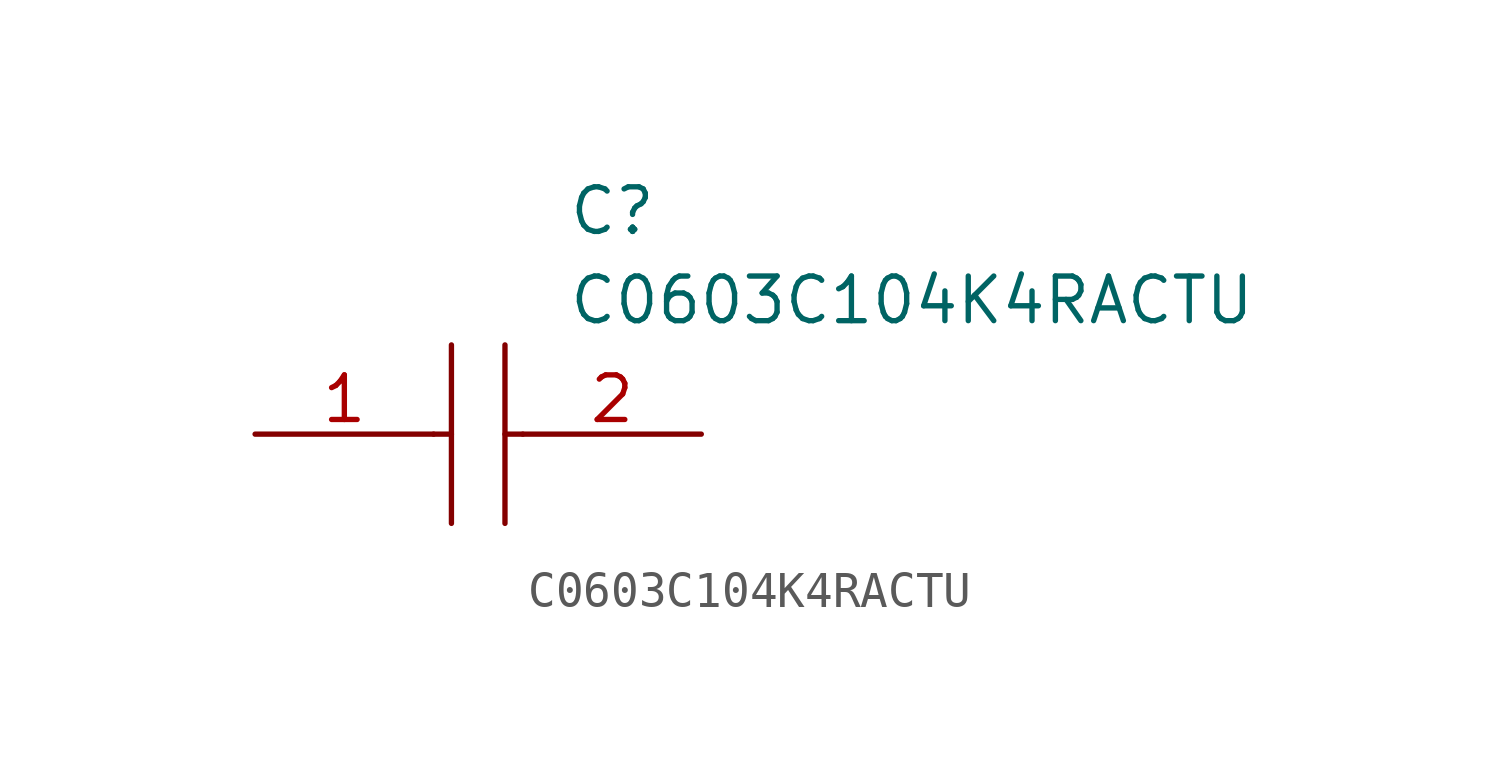
<source format=kicad_sym>
(kicad_symbol_lib
  (version 20211014)
  (generator kicad_symbol_editor)
  (symbol "C0603C104K4RACTU"
    (pin_names
      (offset 0.762))
    (property "Reference" "C"
      (at 8.89 6.35 0)
      (effects (font (size 1.27 1.27)) (justify left)))
    (property "Value" "C0603C104K4RACTU"
      (at 8.89 3.81 0)
      (effects (font (size 1.27 1.27)) (justify left)))
    (symbol "C0603C104K4RACTU_0_0"
      (pin passive line (at 0 0 0) (length 5.08) (name "~" (effects (font (size 1.27 1.27)))) (number "1" (effects (font (size 1.27 1.27)))))
      (pin passive line (at 12.7 0 180) (length 5.08) (name "~" (effects (font (size 1.27 1.27)))) (number "2" (effects (font (size 1.27 1.27))))))
    (symbol "C0603C104K4RACTU_0_1"
      (polyline (pts (xy 5.08 0) (xy 5.588 0)) (stroke (width 0.152) (type default) (color 0 0 0 0)) (fill (type none)))
      (polyline (pts (xy 5.588 2.54) (xy 5.588 -2.54)) (stroke (width 0.152) (type default) (color 0 0 0 0)) (fill (type none)))
      (polyline (pts (xy 7.112 0) (xy 7.62 0)) (stroke (width 0.152) (type default) (color 0 0 0 0)) (fill (type none)))
      (polyline (pts (xy 7.112 2.54) (xy 7.112 -2.54)) (stroke (width 0.152) (type default) (color 0 0 0 0)) (fill (type none))))))
</source>
